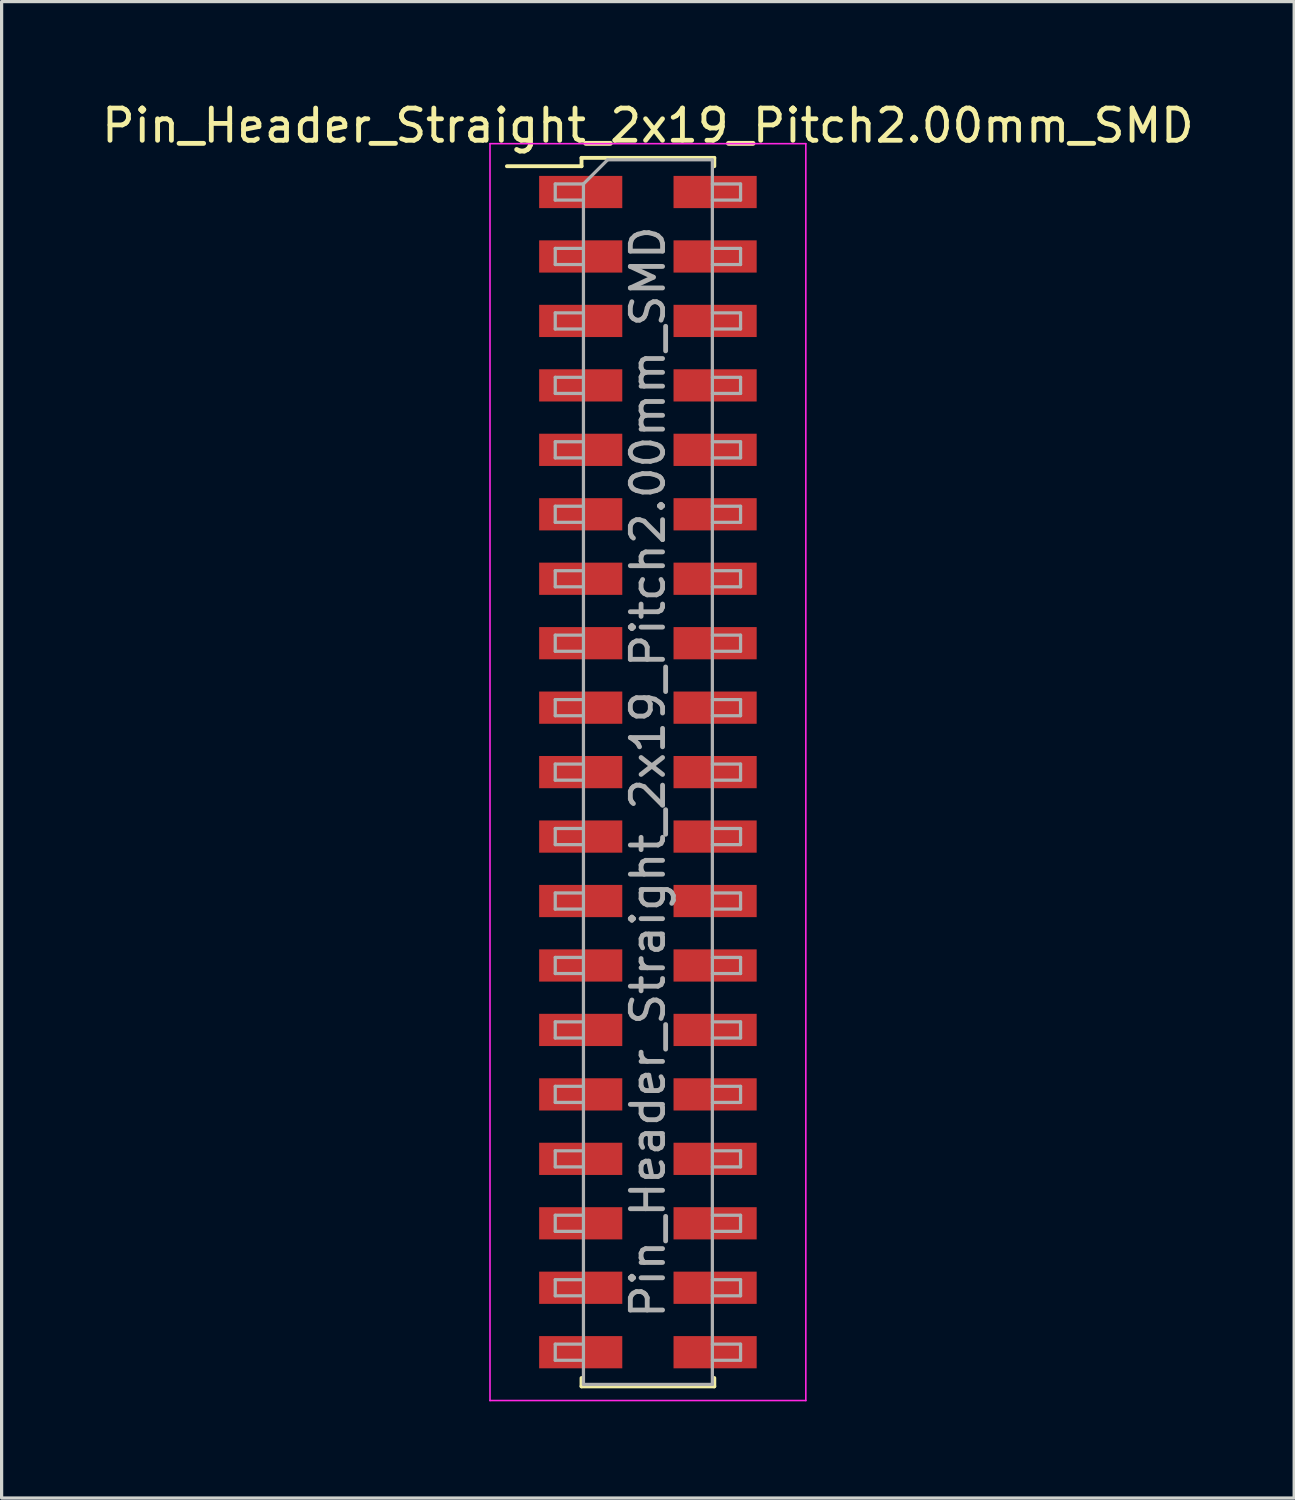
<source format=kicad_pcb>
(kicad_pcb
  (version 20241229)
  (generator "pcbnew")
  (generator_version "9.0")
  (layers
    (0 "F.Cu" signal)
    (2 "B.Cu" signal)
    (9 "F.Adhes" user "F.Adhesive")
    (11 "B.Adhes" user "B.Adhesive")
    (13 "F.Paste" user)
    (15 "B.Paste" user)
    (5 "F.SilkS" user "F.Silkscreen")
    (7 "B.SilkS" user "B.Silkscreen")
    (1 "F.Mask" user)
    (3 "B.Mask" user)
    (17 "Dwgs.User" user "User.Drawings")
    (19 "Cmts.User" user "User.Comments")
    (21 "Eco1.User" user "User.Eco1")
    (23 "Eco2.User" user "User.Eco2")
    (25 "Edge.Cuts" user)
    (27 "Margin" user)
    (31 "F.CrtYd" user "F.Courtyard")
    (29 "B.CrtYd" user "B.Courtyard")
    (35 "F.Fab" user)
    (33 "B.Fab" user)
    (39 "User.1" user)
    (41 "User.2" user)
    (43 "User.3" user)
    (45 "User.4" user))
  (footprint "Pin_Header_Straight_2x19_Pitch2.00mm_SMD"
    (layer "F.Cu")
    (at 17.054 20.908)
    (property "Reference" "Pin_Header_Straight_2x19_Pitch2.00mm_SMD" (at 0 -20.06 0) (layer "F.SilkS") (effects (font (size 1 1) (thickness 0.15))))
    (attr smd)
    (fp_line (start -4.375 -18.8) (end -2.06 -18.8) (stroke (width 0.12) (type solid)) (layer "F.SilkS"))
    (fp_line (start -2.06 -19.06) (end 2.06 -19.06) (stroke (width 0.12) (type solid)) (layer "F.SilkS"))
    (fp_line (start -2.06 -18.8) (end -2.06 -19.06) (stroke (width 0.12) (type solid)) (layer "F.SilkS"))
    (fp_line (start -2.06 18.8) (end -2.06 19.06) (stroke (width 0.12) (type solid)) (layer "F.SilkS"))
    (fp_line (start -2.06 19.06) (end 2.06 19.06) (stroke (width 0.12) (type solid)) (layer "F.SilkS"))
    (fp_line (start 2.06 -19.06) (end 2.06 -18.8) (stroke (width 0.12) (type solid)) (layer "F.SilkS"))
    (fp_line (start 2.06 19.06) (end 2.06 18.8) (stroke (width 0.12) (type solid)) (layer "F.SilkS"))
    (fp_line (start -4.9 -19.5) (end -4.9 19.5) (stroke (width 0.05) (type solid)) (layer "F.CrtYd"))
    (fp_line (start -4.9 19.5) (end 4.9 19.5) (stroke (width 0.05) (type solid)) (layer "F.CrtYd"))
    (fp_line (start 4.9 -19.5) (end -4.9 -19.5) (stroke (width 0.05) (type solid)) (layer "F.CrtYd"))
    (fp_line (start 4.9 19.5) (end 4.9 -19.5) (stroke (width 0.05) (type solid)) (layer "F.CrtYd"))
    (fp_line (start -2.875 -18.25) (end -2.875 -17.75) (stroke (width 0.1) (type solid)) (layer "F.Fab"))
    (fp_line (start -2.875 -17.75) (end -2 -17.75) (stroke (width 0.1) (type solid)) (layer "F.Fab"))
    (fp_line (start -2.875 -16.25) (end -2.875 -15.75) (stroke (width 0.1) (type solid)) (layer "F.Fab"))
    (fp_line (start -2.875 -15.75) (end -2 -15.75) (stroke (width 0.1) (type solid)) (layer "F.Fab"))
    (fp_line (start -2.875 -14.25) (end -2.875 -13.75) (stroke (width 0.1) (type solid)) (layer "F.Fab"))
    (fp_line (start -2.875 -13.75) (end -2 -13.75) (stroke (width 0.1) (type solid)) (layer "F.Fab"))
    (fp_line (start -2.875 -12.25) (end -2.875 -11.75) (stroke (width 0.1) (type solid)) (layer "F.Fab"))
    (fp_line (start -2.875 -11.75) (end -2 -11.75) (stroke (width 0.1) (type solid)) (layer "F.Fab"))
    (fp_line (start -2.875 -10.25) (end -2.875 -9.75) (stroke (width 0.1) (type solid)) (layer "F.Fab"))
    (fp_line (start -2.875 -9.75) (end -2 -9.75) (stroke (width 0.1) (type solid)) (layer "F.Fab"))
    (fp_line (start -2.875 -8.25) (end -2.875 -7.75) (stroke (width 0.1) (type solid)) (layer "F.Fab"))
    (fp_line (start -2.875 -7.75) (end -2 -7.75) (stroke (width 0.1) (type solid)) (layer "F.Fab"))
    (fp_line (start -2.875 -6.25) (end -2.875 -5.75) (stroke (width 0.1) (type solid)) (layer "F.Fab"))
    (fp_line (start -2.875 -5.75) (end -2 -5.75) (stroke (width 0.1) (type solid)) (layer "F.Fab"))
    (fp_line (start -2.875 -4.25) (end -2.875 -3.75) (stroke (width 0.1) (type solid)) (layer "F.Fab"))
    (fp_line (start -2.875 -3.75) (end -2 -3.75) (stroke (width 0.1) (type solid)) (layer "F.Fab"))
    (fp_line (start -2.875 -2.25) (end -2.875 -1.75) (stroke (width 0.1) (type solid)) (layer "F.Fab"))
    (fp_line (start -2.875 -1.75) (end -2 -1.75) (stroke (width 0.1) (type solid)) (layer "F.Fab"))
    (fp_line (start -2.875 -0.25) (end -2.875 0.25) (stroke (width 0.1) (type solid)) (layer "F.Fab"))
    (fp_line (start -2.875 0.25) (end -2 0.25) (stroke (width 0.1) (type solid)) (layer "F.Fab"))
    (fp_line (start -2.875 1.75) (end -2.875 2.25) (stroke (width 0.1) (type solid)) (layer "F.Fab"))
    (fp_line (start -2.875 2.25) (end -2 2.25) (stroke (width 0.1) (type solid)) (layer "F.Fab"))
    (fp_line (start -2.875 3.75) (end -2.875 4.25) (stroke (width 0.1) (type solid)) (layer "F.Fab"))
    (fp_line (start -2.875 4.25) (end -2 4.25) (stroke (width 0.1) (type solid)) (layer "F.Fab"))
    (fp_line (start -2.875 5.75) (end -2.875 6.25) (stroke (width 0.1) (type solid)) (layer "F.Fab"))
    (fp_line (start -2.875 6.25) (end -2 6.25) (stroke (width 0.1) (type solid)) (layer "F.Fab"))
    (fp_line (start -2.875 7.75) (end -2.875 8.25) (stroke (width 0.1) (type solid)) (layer "F.Fab"))
    (fp_line (start -2.875 8.25) (end -2 8.25) (stroke (width 0.1) (type solid)) (layer "F.Fab"))
    (fp_line (start -2.875 9.75) (end -2.875 10.25) (stroke (width 0.1) (type solid)) (layer "F.Fab"))
    (fp_line (start -2.875 10.25) (end -2 10.25) (stroke (width 0.1) (type solid)) (layer "F.Fab"))
    (fp_line (start -2.875 11.75) (end -2.875 12.25) (stroke (width 0.1) (type solid)) (layer "F.Fab"))
    (fp_line (start -2.875 12.25) (end -2 12.25) (stroke (width 0.1) (type solid)) (layer "F.Fab"))
    (fp_line (start -2.875 13.75) (end -2.875 14.25) (stroke (width 0.1) (type solid)) (layer "F.Fab"))
    (fp_line (start -2.875 14.25) (end -2 14.25) (stroke (width 0.1) (type solid)) (layer "F.Fab"))
    (fp_line (start -2.875 15.75) (end -2.875 16.25) (stroke (width 0.1) (type solid)) (layer "F.Fab"))
    (fp_line (start -2.875 16.25) (end -2 16.25) (stroke (width 0.1) (type solid)) (layer "F.Fab"))
    (fp_line (start -2.875 17.75) (end -2.875 18.25) (stroke (width 0.1) (type solid)) (layer "F.Fab"))
    (fp_line (start -2.875 18.25) (end -2 18.25) (stroke (width 0.1) (type solid)) (layer "F.Fab"))
    (fp_line (start -2 -18.25) (end -2.875 -18.25) (stroke (width 0.1) (type solid)) (layer "F.Fab"))
    (fp_line (start -2 -18.25) (end -1.25 -19) (stroke (width 0.1) (type solid)) (layer "F.Fab"))
    (fp_line (start -2 -16.25) (end -2.875 -16.25) (stroke (width 0.1) (type solid)) (layer "F.Fab"))
    (fp_line (start -2 -14.25) (end -2.875 -14.25) (stroke (width 0.1) (type solid)) (layer "F.Fab"))
    (fp_line (start -2 -12.25) (end -2.875 -12.25) (stroke (width 0.1) (type solid)) (layer "F.Fab"))
    (fp_line (start -2 -10.25) (end -2.875 -10.25) (stroke (width 0.1) (type solid)) (layer "F.Fab"))
    (fp_line (start -2 -8.25) (end -2.875 -8.25) (stroke (width 0.1) (type solid)) (layer "F.Fab"))
    (fp_line (start -2 -6.25) (end -2.875 -6.25) (stroke (width 0.1) (type solid)) (layer "F.Fab"))
    (fp_line (start -2 -4.25) (end -2.875 -4.25) (stroke (width 0.1) (type solid)) (layer "F.Fab"))
    (fp_line (start -2 -2.25) (end -2.875 -2.25) (stroke (width 0.1) (type solid)) (layer "F.Fab"))
    (fp_line (start -2 -0.25) (end -2.875 -0.25) (stroke (width 0.1) (type solid)) (layer "F.Fab"))
    (fp_line (start -2 1.75) (end -2.875 1.75) (stroke (width 0.1) (type solid)) (layer "F.Fab"))
    (fp_line (start -2 3.75) (end -2.875 3.75) (stroke (width 0.1) (type solid)) (layer "F.Fab"))
    (fp_line (start -2 5.75) (end -2.875 5.75) (stroke (width 0.1) (type solid)) (layer "F.Fab"))
    (fp_line (start -2 7.75) (end -2.875 7.75) (stroke (width 0.1) (type solid)) (layer "F.Fab"))
    (fp_line (start -2 9.75) (end -2.875 9.75) (stroke (width 0.1) (type solid)) (layer "F.Fab"))
    (fp_line (start -2 11.75) (end -2.875 11.75) (stroke (width 0.1) (type solid)) (layer "F.Fab"))
    (fp_line (start -2 13.75) (end -2.875 13.75) (stroke (width 0.1) (type solid)) (layer "F.Fab"))
    (fp_line (start -2 15.75) (end -2.875 15.75) (stroke (width 0.1) (type solid)) (layer "F.Fab"))
    (fp_line (start -2 17.75) (end -2.875 17.75) (stroke (width 0.1) (type solid)) (layer "F.Fab"))
    (fp_line (start -2 19) (end -2 -18.25) (stroke (width 0.1) (type solid)) (layer "F.Fab"))
    (fp_line (start -1.25 -19) (end 2 -19) (stroke (width 0.1) (type solid)) (layer "F.Fab"))
    (fp_line (start 2 -19) (end 2 19) (stroke (width 0.1) (type solid)) (layer "F.Fab"))
    (fp_line (start 2 -18.25) (end 2.875 -18.25) (stroke (width 0.1) (type solid)) (layer "F.Fab"))
    (fp_line (start 2 -16.25) (end 2.875 -16.25) (stroke (width 0.1) (type solid)) (layer "F.Fab"))
    (fp_line (start 2 -14.25) (end 2.875 -14.25) (stroke (width 0.1) (type solid)) (layer "F.Fab"))
    (fp_line (start 2 -12.25) (end 2.875 -12.25) (stroke (width 0.1) (type solid)) (layer "F.Fab"))
    (fp_line (start 2 -10.25) (end 2.875 -10.25) (stroke (width 0.1) (type solid)) (layer "F.Fab"))
    (fp_line (start 2 -8.25) (end 2.875 -8.25) (stroke (width 0.1) (type solid)) (layer "F.Fab"))
    (fp_line (start 2 -6.25) (end 2.875 -6.25) (stroke (width 0.1) (type solid)) (layer "F.Fab"))
    (fp_line (start 2 -4.25) (end 2.875 -4.25) (stroke (width 0.1) (type solid)) (layer "F.Fab"))
    (fp_line (start 2 -2.25) (end 2.875 -2.25) (stroke (width 0.1) (type solid)) (layer "F.Fab"))
    (fp_line (start 2 -0.25) (end 2.875 -0.25) (stroke (width 0.1) (type solid)) (layer "F.Fab"))
    (fp_line (start 2 1.75) (end 2.875 1.75) (stroke (width 0.1) (type solid)) (layer "F.Fab"))
    (fp_line (start 2 3.75) (end 2.875 3.75) (stroke (width 0.1) (type solid)) (layer "F.Fab"))
    (fp_line (start 2 5.75) (end 2.875 5.75) (stroke (width 0.1) (type solid)) (layer "F.Fab"))
    (fp_line (start 2 7.75) (end 2.875 7.75) (stroke (width 0.1) (type solid)) (layer "F.Fab"))
    (fp_line (start 2 9.75) (end 2.875 9.75) (stroke (width 0.1) (type solid)) (layer "F.Fab"))
    (fp_line (start 2 11.75) (end 2.875 11.75) (stroke (width 0.1) (type solid)) (layer "F.Fab"))
    (fp_line (start 2 13.75) (end 2.875 13.75) (stroke (width 0.1) (type solid)) (layer "F.Fab"))
    (fp_line (start 2 15.75) (end 2.875 15.75) (stroke (width 0.1) (type solid)) (layer "F.Fab"))
    (fp_line (start 2 17.75) (end 2.875 17.75) (stroke (width 0.1) (type solid)) (layer "F.Fab"))
    (fp_line (start 2 19) (end -2 19) (stroke (width 0.1) (type solid)) (layer "F.Fab"))
    (fp_line (start 2.875 -18.25) (end 2.875 -17.75) (stroke (width 0.1) (type solid)) (layer "F.Fab"))
    (fp_line (start 2.875 -17.75) (end 2 -17.75) (stroke (width 0.1) (type solid)) (layer "F.Fab"))
    (fp_line (start 2.875 -16.25) (end 2.875 -15.75) (stroke (width 0.1) (type solid)) (layer "F.Fab"))
    (fp_line (start 2.875 -15.75) (end 2 -15.75) (stroke (width 0.1) (type solid)) (layer "F.Fab"))
    (fp_line (start 2.875 -14.25) (end 2.875 -13.75) (stroke (width 0.1) (type solid)) (layer "F.Fab"))
    (fp_line (start 2.875 -13.75) (end 2 -13.75) (stroke (width 0.1) (type solid)) (layer "F.Fab"))
    (fp_line (start 2.875 -12.25) (end 2.875 -11.75) (stroke (width 0.1) (type solid)) (layer "F.Fab"))
    (fp_line (start 2.875 -11.75) (end 2 -11.75) (stroke (width 0.1) (type solid)) (layer "F.Fab"))
    (fp_line (start 2.875 -10.25) (end 2.875 -9.75) (stroke (width 0.1) (type solid)) (layer "F.Fab"))
    (fp_line (start 2.875 -9.75) (end 2 -9.75) (stroke (width 0.1) (type solid)) (layer "F.Fab"))
    (fp_line (start 2.875 -8.25) (end 2.875 -7.75) (stroke (width 0.1) (type solid)) (layer "F.Fab"))
    (fp_line (start 2.875 -7.75) (end 2 -7.75) (stroke (width 0.1) (type solid)) (layer "F.Fab"))
    (fp_line (start 2.875 -6.25) (end 2.875 -5.75) (stroke (width 0.1) (type solid)) (layer "F.Fab"))
    (fp_line (start 2.875 -5.75) (end 2 -5.75) (stroke (width 0.1) (type solid)) (layer "F.Fab"))
    (fp_line (start 2.875 -4.25) (end 2.875 -3.75) (stroke (width 0.1) (type solid)) (layer "F.Fab"))
    (fp_line (start 2.875 -3.75) (end 2 -3.75) (stroke (width 0.1) (type solid)) (layer "F.Fab"))
    (fp_line (start 2.875 -2.25) (end 2.875 -1.75) (stroke (width 0.1) (type solid)) (layer "F.Fab"))
    (fp_line (start 2.875 -1.75) (end 2 -1.75) (stroke (width 0.1) (type solid)) (layer "F.Fab"))
    (fp_line (start 2.875 -0.25) (end 2.875 0.25) (stroke (width 0.1) (type solid)) (layer "F.Fab"))
    (fp_line (start 2.875 0.25) (end 2 0.25) (stroke (width 0.1) (type solid)) (layer "F.Fab"))
    (fp_line (start 2.875 1.75) (end 2.875 2.25) (stroke (width 0.1) (type solid)) (layer "F.Fab"))
    (fp_line (start 2.875 2.25) (end 2 2.25) (stroke (width 0.1) (type solid)) (layer "F.Fab"))
    (fp_line (start 2.875 3.75) (end 2.875 4.25) (stroke (width 0.1) (type solid)) (layer "F.Fab"))
    (fp_line (start 2.875 4.25) (end 2 4.25) (stroke (width 0.1) (type solid)) (layer "F.Fab"))
    (fp_line (start 2.875 5.75) (end 2.875 6.25) (stroke (width 0.1) (type solid)) (layer "F.Fab"))
    (fp_line (start 2.875 6.25) (end 2 6.25) (stroke (width 0.1) (type solid)) (layer "F.Fab"))
    (fp_line (start 2.875 7.75) (end 2.875 8.25) (stroke (width 0.1) (type solid)) (layer "F.Fab"))
    (fp_line (start 2.875 8.25) (end 2 8.25) (stroke (width 0.1) (type solid)) (layer "F.Fab"))
    (fp_line (start 2.875 9.75) (end 2.875 10.25) (stroke (width 0.1) (type solid)) (layer "F.Fab"))
    (fp_line (start 2.875 10.25) (end 2 10.25) (stroke (width 0.1) (type solid)) (layer "F.Fab"))
    (fp_line (start 2.875 11.75) (end 2.875 12.25) (stroke (width 0.1) (type solid)) (layer "F.Fab"))
    (fp_line (start 2.875 12.25) (end 2 12.25) (stroke (width 0.1) (type solid)) (layer "F.Fab"))
    (fp_line (start 2.875 13.75) (end 2.875 14.25) (stroke (width 0.1) (type solid)) (layer "F.Fab"))
    (fp_line (start 2.875 14.25) (end 2 14.25) (stroke (width 0.1) (type solid)) (layer "F.Fab"))
    (fp_line (start 2.875 15.75) (end 2.875 16.25) (stroke (width 0.1) (type solid)) (layer "F.Fab"))
    (fp_line (start 2.875 16.25) (end 2 16.25) (stroke (width 0.1) (type solid)) (layer "F.Fab"))
    (fp_line (start 2.875 17.75) (end 2.875 18.25) (stroke (width 0.1) (type solid)) (layer "F.Fab"))
    (fp_line (start 2.875 18.25) (end 2 18.25) (stroke (width 0.1) (type solid)) (layer "F.Fab"))
    (fp_text user "${REFERENCE}" (at 0 0 90) (layer "F.Fab") (effects (font (size 1 1) (thickness 0.15))))
    (pad "1" smd rect (at -2.085 -18) (size 2.58 1) (layers "F.Cu" "F.Mask" "F.Paste"))
    (pad "2" smd rect (at 2.085 -18) (size 2.58 1) (layers "F.Cu" "F.Mask" "F.Paste"))
    (pad "3" smd rect (at -2.085 -16) (size 2.58 1) (layers "F.Cu" "F.Mask" "F.Paste"))
    (pad "4" smd rect (at 2.085 -16) (size 2.58 1) (layers "F.Cu" "F.Mask" "F.Paste"))
    (pad "5" smd rect (at -2.085 -14) (size 2.58 1) (layers "F.Cu" "F.Mask" "F.Paste"))
    (pad "6" smd rect (at 2.085 -14) (size 2.58 1) (layers "F.Cu" "F.Mask" "F.Paste"))
    (pad "7" smd rect (at -2.085 -12) (size 2.58 1) (layers "F.Cu" "F.Mask" "F.Paste"))
    (pad "8" smd rect (at 2.085 -12) (size 2.58 1) (layers "F.Cu" "F.Mask" "F.Paste"))
    (pad "9" smd rect (at -2.085 -10) (size 2.58 1) (layers "F.Cu" "F.Mask" "F.Paste"))
    (pad "10" smd rect (at 2.085 -10) (size 2.58 1) (layers "F.Cu" "F.Mask" "F.Paste"))
    (pad "11" smd rect (at -2.085 -8) (size 2.58 1) (layers "F.Cu" "F.Mask" "F.Paste"))
    (pad "12" smd rect (at 2.085 -8) (size 2.58 1) (layers "F.Cu" "F.Mask" "F.Paste"))
    (pad "13" smd rect (at -2.085 -6) (size 2.58 1) (layers "F.Cu" "F.Mask" "F.Paste"))
    (pad "14" smd rect (at 2.085 -6) (size 2.58 1) (layers "F.Cu" "F.Mask" "F.Paste"))
    (pad "15" smd rect (at -2.085 -4) (size 2.58 1) (layers "F.Cu" "F.Mask" "F.Paste"))
    (pad "16" smd rect (at 2.085 -4) (size 2.58 1) (layers "F.Cu" "F.Mask" "F.Paste"))
    (pad "17" smd rect (at -2.085 -2) (size 2.58 1) (layers "F.Cu" "F.Mask" "F.Paste"))
    (pad "18" smd rect (at 2.085 -2) (size 2.58 1) (layers "F.Cu" "F.Mask" "F.Paste"))
    (pad "19" smd rect (at -2.085 0) (size 2.58 1) (layers "F.Cu" "F.Mask" "F.Paste"))
    (pad "20" smd rect (at 2.085 0) (size 2.58 1) (layers "F.Cu" "F.Mask" "F.Paste"))
    (pad "21" smd rect (at -2.085 2) (size 2.58 1) (layers "F.Cu" "F.Mask" "F.Paste"))
    (pad "22" smd rect (at 2.085 2) (size 2.58 1) (layers "F.Cu" "F.Mask" "F.Paste"))
    (pad "23" smd rect (at -2.085 4) (size 2.58 1) (layers "F.Cu" "F.Mask" "F.Paste"))
    (pad "24" smd rect (at 2.085 4) (size 2.58 1) (layers "F.Cu" "F.Mask" "F.Paste"))
    (pad "25" smd rect (at -2.085 6) (size 2.58 1) (layers "F.Cu" "F.Mask" "F.Paste"))
    (pad "26" smd rect (at 2.085 6) (size 2.58 1) (layers "F.Cu" "F.Mask" "F.Paste"))
    (pad "27" smd rect (at -2.085 8) (size 2.58 1) (layers "F.Cu" "F.Mask" "F.Paste"))
    (pad "28" smd rect (at 2.085 8) (size 2.58 1) (layers "F.Cu" "F.Mask" "F.Paste"))
    (pad "29" smd rect (at -2.085 10) (size 2.58 1) (layers "F.Cu" "F.Mask" "F.Paste"))
    (pad "30" smd rect (at 2.085 10) (size 2.58 1) (layers "F.Cu" "F.Mask" "F.Paste"))
    (pad "31" smd rect (at -2.085 12) (size 2.58 1) (layers "F.Cu" "F.Mask" "F.Paste"))
    (pad "32" smd rect (at 2.085 12) (size 2.58 1) (layers "F.Cu" "F.Mask" "F.Paste"))
    (pad "33" smd rect (at -2.085 14) (size 2.58 1) (layers "F.Cu" "F.Mask" "F.Paste"))
    (pad "34" smd rect (at 2.085 14) (size 2.58 1) (layers "F.Cu" "F.Mask" "F.Paste"))
    (pad "35" smd rect (at -2.085 16) (size 2.58 1) (layers "F.Cu" "F.Mask" "F.Paste"))
    (pad "36" smd rect (at 2.085 16) (size 2.58 1) (layers "F.Cu" "F.Mask" "F.Paste"))
    (pad "37" smd rect (at -2.085 18) (size 2.58 1) (layers "F.Cu" "F.Mask" "F.Paste"))
    (pad "38" smd rect (at 2.085 18) (size 2.58 1) (layers "F.Cu" "F.Mask" "F.Paste")))
  (gr_rect
    (start -3 -3)
    (end 37.107 43.433)
    (stroke (width 0.1) (type default))
    (fill no)
    (layer "Edge.Cuts")))
</source>
